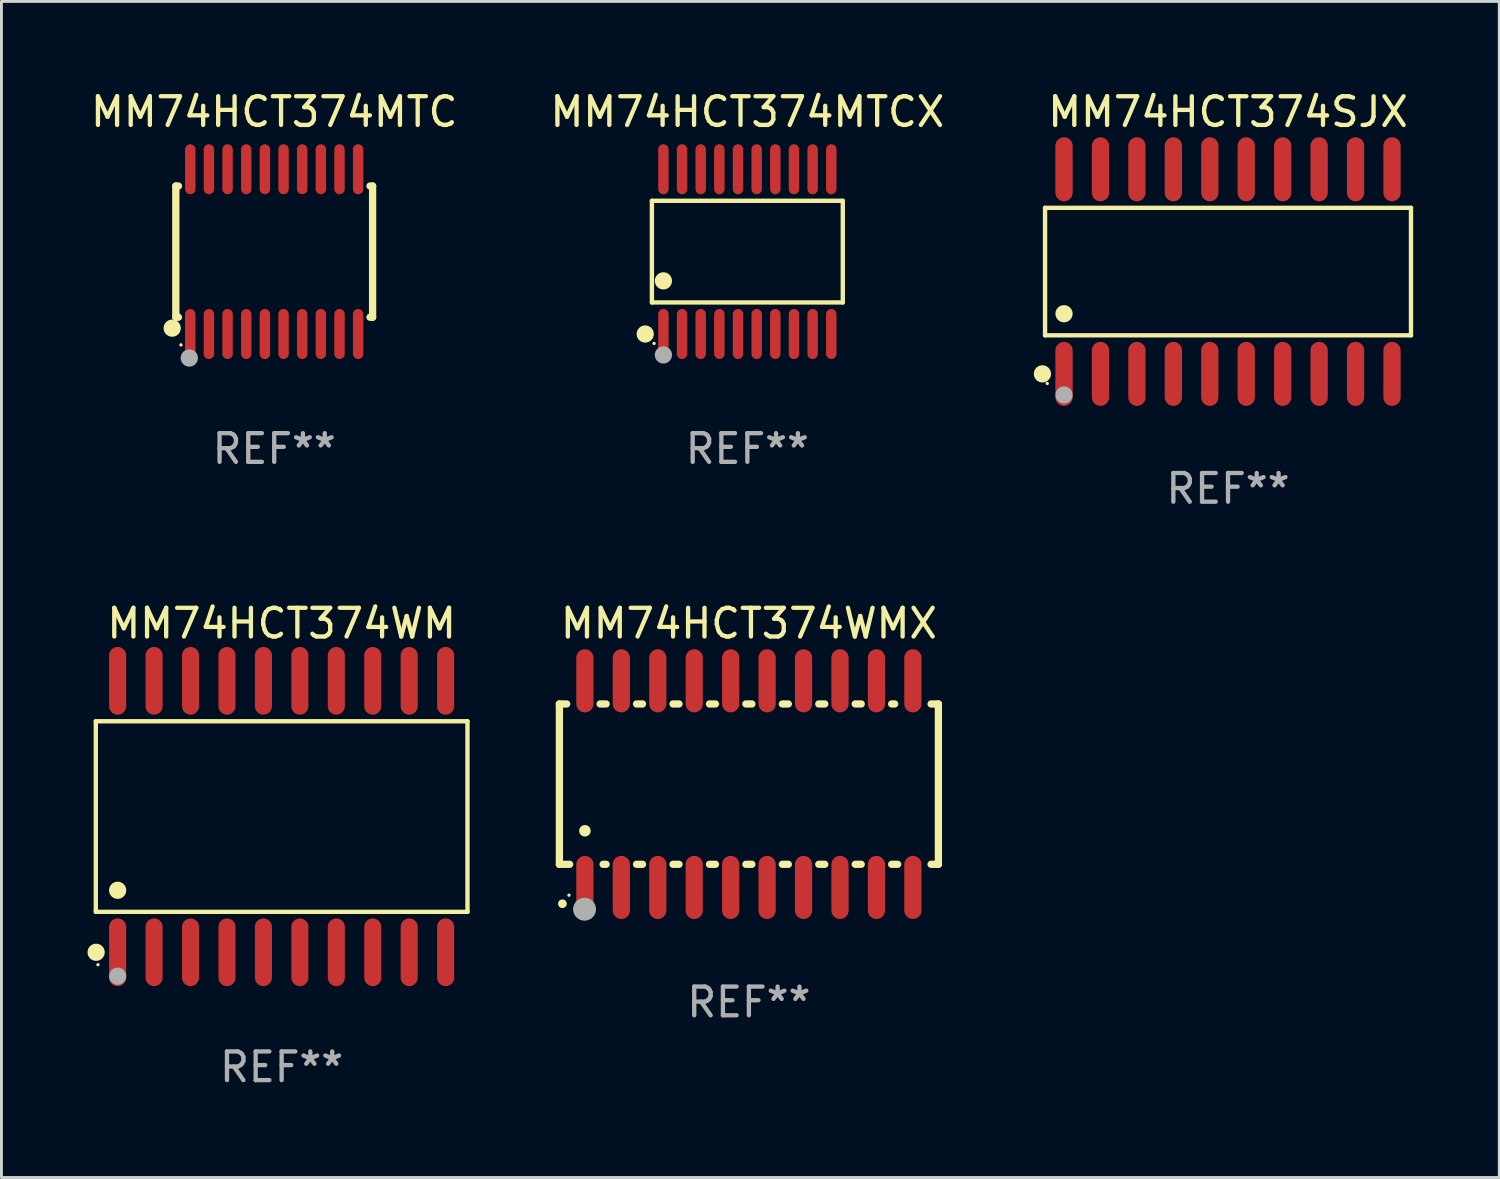
<source format=kicad_pcb>
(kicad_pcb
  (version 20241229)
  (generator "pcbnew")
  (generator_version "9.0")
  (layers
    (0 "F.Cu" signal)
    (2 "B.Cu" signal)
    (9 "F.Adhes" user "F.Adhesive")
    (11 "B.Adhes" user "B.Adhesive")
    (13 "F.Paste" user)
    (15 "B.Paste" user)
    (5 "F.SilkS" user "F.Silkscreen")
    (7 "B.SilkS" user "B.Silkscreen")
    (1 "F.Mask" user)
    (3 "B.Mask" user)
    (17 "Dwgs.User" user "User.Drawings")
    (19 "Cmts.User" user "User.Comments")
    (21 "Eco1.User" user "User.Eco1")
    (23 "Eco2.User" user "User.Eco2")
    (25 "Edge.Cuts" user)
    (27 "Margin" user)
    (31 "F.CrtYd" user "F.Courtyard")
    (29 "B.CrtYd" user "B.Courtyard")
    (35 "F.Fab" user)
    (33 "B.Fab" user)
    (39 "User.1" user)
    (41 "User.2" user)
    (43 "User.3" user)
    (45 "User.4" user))
  (footprint "MM74HCT374WM"
    (layer "F.Cu")
    (at 6.765 25.406)
    (property "Reference" "MM74HCT374WM" (at 0 -6.73 0) (layer "F.SilkS") (effects (font (size 1 1) (thickness 0.15))))
    (attr through_hole)
    (fp_line (start -6.476 -3.321) (end 6.476 -3.321) (stroke (width 0.152) (type solid)) (layer "F.SilkS"))
    (fp_line (start -6.476 3.321) (end -6.476 -3.321) (stroke (width 0.152) (type solid)) (layer "F.SilkS"))
    (fp_line (start 6.476 -3.321) (end 6.476 3.321) (stroke (width 0.152) (type solid)) (layer "F.SilkS"))
    (fp_line (start 6.476 3.321) (end -6.476 3.321) (stroke (width 0.152) (type solid)) (layer "F.SilkS"))
    (fp_circle (center -6.465 4.73) (end -6.315 4.73) (stroke (width 0.3) (type solid)) (fill no) (layer "F.SilkS"))
    (fp_circle (center -6.4 5.163) (end -6.37 5.163) (stroke (width 0.06) (type solid)) (fill no) (layer "F.SilkS"))
    (fp_circle (center -5.715 2.569) (end -5.565 2.569) (stroke (width 0.3) (type solid)) (fill no) (layer "F.SilkS"))
    (fp_circle (center -5.715 5.563) (end -5.565 5.563) (stroke (width 0.3) (type solid)) (fill no) (layer "F.Fab"))
    (fp_text user "REF**" (at 0 8.73 0) (layer "F.Fab") (effects (font (size 1 1) (thickness 0.15))))
    (pad "1" smd oval (at -5.715 4.73) (size 0.595 2.36) (layers "F.Cu" "F.Mask" "F.Paste"))
    (pad "2" smd oval (at -4.445 4.73) (size 0.595 2.36) (layers "F.Cu" "F.Mask" "F.Paste"))
    (pad "3" smd oval (at -3.175 4.73) (size 0.595 2.36) (layers "F.Cu" "F.Mask" "F.Paste"))
    (pad "4" smd oval (at -1.905 4.73) (size 0.595 2.36) (layers "F.Cu" "F.Mask" "F.Paste"))
    (pad "5" smd oval (at -0.635 4.73) (size 0.595 2.36) (layers "F.Cu" "F.Mask" "F.Paste"))
    (pad "6" smd oval (at 0.635 4.73) (size 0.595 2.36) (layers "F.Cu" "F.Mask" "F.Paste"))
    (pad "7" smd oval (at 1.905 4.73) (size 0.595 2.36) (layers "F.Cu" "F.Mask" "F.Paste"))
    (pad "8" smd oval (at 3.175 4.73) (size 0.595 2.36) (layers "F.Cu" "F.Mask" "F.Paste"))
    (pad "9" smd oval (at 4.445 4.73) (size 0.595 2.36) (layers "F.Cu" "F.Mask" "F.Paste"))
    (pad "10" smd oval (at 5.715 4.73) (size 0.595 2.36) (layers "F.Cu" "F.Mask" "F.Paste"))
    (pad "11" smd oval (at 5.715 -4.73) (size 0.595 2.36) (layers "F.Cu" "F.Mask" "F.Paste"))
    (pad "12" smd oval (at 4.445 -4.73) (size 0.595 2.36) (layers "F.Cu" "F.Mask" "F.Paste"))
    (pad "13" smd oval (at 3.175 -4.73) (size 0.595 2.36) (layers "F.Cu" "F.Mask" "F.Paste"))
    (pad "14" smd oval (at 1.905 -4.73) (size 0.595 2.36) (layers "F.Cu" "F.Mask" "F.Paste"))
    (pad "15" smd oval (at 0.635 -4.73) (size 0.595 2.36) (layers "F.Cu" "F.Mask" "F.Paste"))
    (pad "16" smd oval (at -0.635 -4.73) (size 0.595 2.36) (layers "F.Cu" "F.Mask" "F.Paste"))
    (pad "17" smd oval (at -1.905 -4.73) (size 0.595 2.36) (layers "F.Cu" "F.Mask" "F.Paste"))
    (pad "18" smd oval (at -3.175 -4.73) (size 0.595 2.36) (layers "F.Cu" "F.Mask" "F.Paste"))
    (pad "19" smd oval (at -4.445 -4.73) (size 0.595 2.36) (layers "F.Cu" "F.Mask" "F.Paste"))
    (pad "20" smd oval (at -5.715 -4.73) (size 0.595 2.36) (layers "F.Cu" "F.Mask" "F.Paste")))
  (footprint "MM74HCT374SJX"
    (layer "F.Cu")
    (at 39.745 6.414)
    (property "Reference" "MM74HCT374SJX" (at 0 -5.565 0) (layer "F.SilkS") (effects (font (size 1 1) (thickness 0.15))))
    (attr through_hole)
    (fp_line (start -6.376 -2.221) (end 6.376 -2.221) (stroke (width 0.152) (type solid)) (layer "F.SilkS"))
    (fp_line (start -6.376 2.221) (end -6.376 -2.221) (stroke (width 0.152) (type solid)) (layer "F.SilkS"))
    (fp_line (start 6.376 -2.221) (end 6.376 2.221) (stroke (width 0.152) (type solid)) (layer "F.SilkS"))
    (fp_line (start 6.376 2.221) (end -6.376 2.221) (stroke (width 0.152) (type solid)) (layer "F.SilkS"))
    (fp_circle (center -6.468 3.565) (end -6.318 3.565) (stroke (width 0.3) (type solid)) (fill no) (layer "F.SilkS"))
    (fp_circle (center -6.3 3.9) (end -6.27 3.9) (stroke (width 0.06) (type solid)) (fill no) (layer "F.SilkS"))
    (fp_circle (center -5.715 1.469) (end -5.565 1.469) (stroke (width 0.3) (type solid)) (fill no) (layer "F.SilkS"))
    (fp_circle (center -5.715 4.3) (end -5.565 4.3) (stroke (width 0.3) (type solid)) (fill no) (layer "F.Fab"))
    (fp_text user "REF**" (at 0 7.565 0) (layer "F.Fab") (effects (font (size 1 1) (thickness 0.15))))
    (pad "1" smd oval (at -5.715 3.565) (size 0.602 2.231) (layers "F.Cu" "F.Mask" "F.Paste"))
    (pad "2" smd oval (at -4.445 3.565) (size 0.602 2.231) (layers "F.Cu" "F.Mask" "F.Paste"))
    (pad "3" smd oval (at -3.175 3.565) (size 0.602 2.231) (layers "F.Cu" "F.Mask" "F.Paste"))
    (pad "4" smd oval (at -1.905 3.565) (size 0.602 2.231) (layers "F.Cu" "F.Mask" "F.Paste"))
    (pad "5" smd oval (at -0.635 3.565) (size 0.602 2.231) (layers "F.Cu" "F.Mask" "F.Paste"))
    (pad "6" smd oval (at 0.635 3.565) (size 0.602 2.231) (layers "F.Cu" "F.Mask" "F.Paste"))
    (pad "7" smd oval (at 1.905 3.565) (size 0.602 2.231) (layers "F.Cu" "F.Mask" "F.Paste"))
    (pad "8" smd oval (at 3.175 3.565) (size 0.602 2.231) (layers "F.Cu" "F.Mask" "F.Paste"))
    (pad "9" smd oval (at 4.445 3.565) (size 0.602 2.231) (layers "F.Cu" "F.Mask" "F.Paste"))
    (pad "10" smd oval (at 5.715 3.565) (size 0.602 2.231) (layers "F.Cu" "F.Mask" "F.Paste"))
    (pad "11" smd oval (at 5.715 -3.565) (size 0.602 2.231) (layers "F.Cu" "F.Mask" "F.Paste"))
    (pad "12" smd oval (at 4.445 -3.565) (size 0.602 2.231) (layers "F.Cu" "F.Mask" "F.Paste"))
    (pad "13" smd oval (at 3.175 -3.565) (size 0.602 2.231) (layers "F.Cu" "F.Mask" "F.Paste"))
    (pad "14" smd oval (at 1.905 -3.565) (size 0.602 2.231) (layers "F.Cu" "F.Mask" "F.Paste"))
    (pad "15" smd oval (at 0.635 -3.565) (size 0.602 2.231) (layers "F.Cu" "F.Mask" "F.Paste"))
    (pad "16" smd oval (at -0.635 -3.565) (size 0.602 2.231) (layers "F.Cu" "F.Mask" "F.Paste"))
    (pad "17" smd oval (at -1.905 -3.565) (size 0.602 2.231) (layers "F.Cu" "F.Mask" "F.Paste"))
    (pad "18" smd oval (at -3.175 -3.565) (size 0.602 2.231) (layers "F.Cu" "F.Mask" "F.Paste"))
    (pad "19" smd oval (at -4.445 -3.565) (size 0.602 2.231) (layers "F.Cu" "F.Mask" "F.Paste"))
    (pad "20" smd oval (at -5.715 -3.565) (size 0.602 2.231) (layers "F.Cu" "F.Mask" "F.Paste")))
  (footprint "MM74HCT374MTC"
    (layer "F.Cu")
    (at 6.506 5.719)
    (property "Reference" "MM74HCT374MTC" (at 0 -4.871 0) (layer "F.SilkS") (effects (font (size 1 1) (thickness 0.15))))
    (attr through_hole)
    (fp_line (start -3.429 -2.286) (end -3.429 2.286) (stroke (width 0.254) (type solid)) (layer "F.SilkS"))
    (fp_line (start -3.429 2.286) (end -3.338 2.286) (stroke (width 0.254) (type solid)) (layer "F.SilkS"))
    (fp_line (start -3.338 -2.286) (end -3.429 -2.286) (stroke (width 0.254) (type solid)) (layer "F.SilkS"))
    (fp_line (start 3.338 -2.286) (end 3.429 -2.286) (stroke (width 0.254) (type solid)) (layer "F.SilkS"))
    (fp_line (start 3.429 -2.286) (end 3.429 2.286) (stroke (width 0.254) (type solid)) (layer "F.SilkS"))
    (fp_line (start 3.429 2.286) (end 3.338 2.286) (stroke (width 0.254) (type solid)) (layer "F.SilkS"))
    (fp_circle (center -3.556 2.667) (end -3.406 2.667) (stroke (width 0.3) (type solid)) (fill no) (layer "F.SilkS"))
    (fp_circle (center -3.25 3.25) (end -3.22 3.25) (stroke (width 0.06) (type solid)) (fill no) (layer "F.SilkS"))
    (fp_circle (center -2.959 3.707) (end -2.808 3.707) (stroke (width 0.3) (type solid)) (fill no) (layer "F.Fab"))
    (fp_text user "REF**" (at 0 6.871 0) (layer "F.Fab") (effects (font (size 1 1) (thickness 0.15))))
    (pad "1" smd oval (at -2.925 2.871) (size 0.364 1.742) (layers "F.Cu" "F.Mask" "F.Paste"))
    (pad "2" smd oval (at -2.275 2.871) (size 0.364 1.742) (layers "F.Cu" "F.Mask" "F.Paste"))
    (pad "3" smd oval (at -1.625 2.871) (size 0.364 1.742) (layers "F.Cu" "F.Mask" "F.Paste"))
    (pad "4" smd oval (at -0.975 2.871) (size 0.364 1.742) (layers "F.Cu" "F.Mask" "F.Paste"))
    (pad "5" smd oval (at -0.325 2.871) (size 0.364 1.742) (layers "F.Cu" "F.Mask" "F.Paste"))
    (pad "6" smd oval (at 0.325 2.871) (size 0.364 1.742) (layers "F.Cu" "F.Mask" "F.Paste"))
    (pad "7" smd oval (at 0.975 2.871) (size 0.364 1.742) (layers "F.Cu" "F.Mask" "F.Paste"))
    (pad "8" smd oval (at 1.625 2.871) (size 0.364 1.742) (layers "F.Cu" "F.Mask" "F.Paste"))
    (pad "9" smd oval (at 2.275 2.871) (size 0.364 1.742) (layers "F.Cu" "F.Mask" "F.Paste"))
    (pad "10" smd oval (at 2.925 2.871) (size 0.364 1.742) (layers "F.Cu" "F.Mask" "F.Paste"))
    (pad "11" smd oval (at 2.925 -2.871) (size 0.364 1.742) (layers "F.Cu" "F.Mask" "F.Paste"))
    (pad "12" smd oval (at 2.275 -2.871) (size 0.364 1.742) (layers "F.Cu" "F.Mask" "F.Paste"))
    (pad "13" smd oval (at 1.625 -2.871) (size 0.364 1.742) (layers "F.Cu" "F.Mask" "F.Paste"))
    (pad "14" smd oval (at 0.975 -2.871) (size 0.364 1.742) (layers "F.Cu" "F.Mask" "F.Paste"))
    (pad "15" smd oval (at 0.325 -2.871) (size 0.364 1.742) (layers "F.Cu" "F.Mask" "F.Paste"))
    (pad "16" smd oval (at -0.325 -2.871) (size 0.364 1.742) (layers "F.Cu" "F.Mask" "F.Paste"))
    (pad "17" smd oval (at -0.975 -2.871) (size 0.364 1.742) (layers "F.Cu" "F.Mask" "F.Paste"))
    (pad "18" smd oval (at -1.625 -2.871) (size 0.364 1.742) (layers "F.Cu" "F.Mask" "F.Paste"))
    (pad "19" smd oval (at -2.275 -2.871) (size 0.364 1.742) (layers "F.Cu" "F.Mask" "F.Paste"))
    (pad "20" smd oval (at -2.925 -2.871) (size 0.364 1.742) (layers "F.Cu" "F.Mask" "F.Paste")))
  (footprint "MM74HCT374MTCX"
    (layer "F.Cu")
    (at 22.994 5.719)
    (property "Reference" "MM74HCT374MTCX" (at 0 -4.871 0) (layer "F.SilkS") (effects (font (size 1 1) (thickness 0.15))))
    (attr through_hole)
    (fp_line (start -3.326 -1.771) (end 3.326 -1.771) (stroke (width 0.152) (type solid)) (layer "F.SilkS"))
    (fp_line (start -3.326 1.771) (end -3.326 -1.771) (stroke (width 0.152) (type solid)) (layer "F.SilkS"))
    (fp_line (start 3.326 -1.771) (end 3.326 1.771) (stroke (width 0.152) (type solid)) (layer "F.SilkS"))
    (fp_line (start 3.326 1.771) (end -3.326 1.771) (stroke (width 0.152) (type solid)) (layer "F.SilkS"))
    (fp_circle (center -3.559 2.871) (end -3.409 2.871) (stroke (width 0.3) (type solid)) (fill no) (layer "F.SilkS"))
    (fp_circle (center -3.25 3.2) (end -3.22 3.2) (stroke (width 0.06) (type solid)) (fill no) (layer "F.SilkS"))
    (fp_circle (center -2.925 1.019) (end -2.775 1.019) (stroke (width 0.3) (type solid)) (fill no) (layer "F.SilkS"))
    (fp_circle (center -2.925 3.6) (end -2.775 3.6) (stroke (width 0.3) (type solid)) (fill no) (layer "F.Fab"))
    (fp_text user "REF**" (at 0 6.871 0) (layer "F.Fab") (effects (font (size 1 1) (thickness 0.15))))
    (pad "1" smd oval (at -2.925 2.871) (size 0.364 1.742) (layers "F.Cu" "F.Mask" "F.Paste"))
    (pad "2" smd oval (at -2.275 2.871) (size 0.364 1.742) (layers "F.Cu" "F.Mask" "F.Paste"))
    (pad "3" smd oval (at -1.625 2.871) (size 0.364 1.742) (layers "F.Cu" "F.Mask" "F.Paste"))
    (pad "4" smd oval (at -0.975 2.871) (size 0.364 1.742) (layers "F.Cu" "F.Mask" "F.Paste"))
    (pad "5" smd oval (at -0.325 2.871) (size 0.364 1.742) (layers "F.Cu" "F.Mask" "F.Paste"))
    (pad "6" smd oval (at 0.325 2.871) (size 0.364 1.742) (layers "F.Cu" "F.Mask" "F.Paste"))
    (pad "7" smd oval (at 0.975 2.871) (size 0.364 1.742) (layers "F.Cu" "F.Mask" "F.Paste"))
    (pad "8" smd oval (at 1.625 2.871) (size 0.364 1.742) (layers "F.Cu" "F.Mask" "F.Paste"))
    (pad "9" smd oval (at 2.275 2.871) (size 0.364 1.742) (layers "F.Cu" "F.Mask" "F.Paste"))
    (pad "10" smd oval (at 2.925 2.871) (size 0.364 1.742) (layers "F.Cu" "F.Mask" "F.Paste"))
    (pad "11" smd oval (at 2.925 -2.871) (size 0.364 1.742) (layers "F.Cu" "F.Mask" "F.Paste"))
    (pad "12" smd oval (at 2.275 -2.871) (size 0.364 1.742) (layers "F.Cu" "F.Mask" "F.Paste"))
    (pad "13" smd oval (at 1.625 -2.871) (size 0.364 1.742) (layers "F.Cu" "F.Mask" "F.Paste"))
    (pad "14" smd oval (at 0.975 -2.871) (size 0.364 1.742) (layers "F.Cu" "F.Mask" "F.Paste"))
    (pad "15" smd oval (at 0.325 -2.871) (size 0.364 1.742) (layers "F.Cu" "F.Mask" "F.Paste"))
    (pad "16" smd oval (at -0.325 -2.871) (size 0.364 1.742) (layers "F.Cu" "F.Mask" "F.Paste"))
    (pad "17" smd oval (at -0.975 -2.871) (size 0.364 1.742) (layers "F.Cu" "F.Mask" "F.Paste"))
    (pad "18" smd oval (at -1.625 -2.871) (size 0.364 1.742) (layers "F.Cu" "F.Mask" "F.Paste"))
    (pad "19" smd oval (at -2.275 -2.871) (size 0.364 1.742) (layers "F.Cu" "F.Mask" "F.Paste"))
    (pad "20" smd oval (at -2.925 -2.871) (size 0.364 1.742) (layers "F.Cu" "F.Mask" "F.Paste")))
  (footprint "MM74HCT374WMX"
    (layer "F.Cu")
    (at 23.048 24.276)
    (property "Reference" "MM74HCT374WMX" (at 0 -5.6 0) (layer "F.SilkS") (effects (font (size 1 1) (thickness 0.15))))
    (attr through_hole)
    (fp_line (start -6.604 -2.794) (end -6.604 2.794) (stroke (width 0.254) (type solid)) (layer "F.SilkS"))
    (fp_line (start -6.604 2.794) (end -6.246 2.794) (stroke (width 0.254) (type solid)) (layer "F.SilkS"))
    (fp_line (start -6.35 -2.794) (end -6.604 -2.794) (stroke (width 0.254) (type solid)) (layer "F.SilkS"))
    (fp_line (start -5.184 -2.794) (end -4.976 -2.794) (stroke (width 0.254) (type solid)) (layer "F.SilkS"))
    (fp_line (start -5.08 2.794) (end -4.976 2.794) (stroke (width 0.254) (type solid)) (layer "F.SilkS"))
    (fp_line (start -3.914 -2.794) (end -3.706 -2.794) (stroke (width 0.254) (type solid)) (layer "F.SilkS"))
    (fp_line (start -3.914 2.794) (end -3.706 2.794) (stroke (width 0.254) (type solid)) (layer "F.SilkS"))
    (fp_line (start -2.644 -2.794) (end -2.436 -2.794) (stroke (width 0.254) (type solid)) (layer "F.SilkS"))
    (fp_line (start -2.644 2.794) (end -2.436 2.794) (stroke (width 0.254) (type solid)) (layer "F.SilkS"))
    (fp_line (start -1.374 -2.794) (end -1.166 -2.794) (stroke (width 0.254) (type solid)) (layer "F.SilkS"))
    (fp_line (start -1.374 2.794) (end -1.166 2.794) (stroke (width 0.254) (type solid)) (layer "F.SilkS"))
    (fp_line (start -0.104 -2.794) (end 0.104 -2.794) (stroke (width 0.254) (type solid)) (layer "F.SilkS"))
    (fp_line (start -0.104 2.794) (end 0.104 2.794) (stroke (width 0.254) (type solid)) (layer "F.SilkS"))
    (fp_line (start 1.166 -2.794) (end 1.374 -2.794) (stroke (width 0.254) (type solid)) (layer "F.SilkS"))
    (fp_line (start 1.166 2.794) (end 1.374 2.794) (stroke (width 0.254) (type solid)) (layer "F.SilkS"))
    (fp_line (start 2.436 -2.794) (end 2.644 -2.794) (stroke (width 0.254) (type solid)) (layer "F.SilkS"))
    (fp_line (start 2.436 2.794) (end 2.644 2.794) (stroke (width 0.254) (type solid)) (layer "F.SilkS"))
    (fp_line (start 3.706 -2.794) (end 3.914 -2.794) (stroke (width 0.254) (type solid)) (layer "F.SilkS"))
    (fp_line (start 3.706 2.794) (end 3.914 2.794) (stroke (width 0.254) (type solid)) (layer "F.SilkS"))
    (fp_line (start 4.976 -2.794) (end 5.08 -2.794) (stroke (width 0.254) (type solid)) (layer "F.SilkS"))
    (fp_line (start 4.976 2.794) (end 5.184 2.794) (stroke (width 0.254) (type solid)) (layer "F.SilkS"))
    (fp_line (start 6.35 -2.794) (end 6.604 -2.794) (stroke (width 0.254) (type solid)) (layer "F.SilkS"))
    (fp_line (start 6.604 -2.794) (end 6.604 2.794) (stroke (width 0.254) (type solid)) (layer "F.SilkS"))
    (fp_line (start 6.604 2.794) (end 6.35 2.794) (stroke (width 0.254) (type solid)) (layer "F.SilkS"))
    (fp_arc (start -6.499619 4.167793) (mid -6.498349 4.167788) (end -6.497079 4.167793) (stroke (width 0.3) (type solid)) (layer "F.SilkS"))
    (fp_arc (start -5.715011 1.625603) (mid -5.713741 1.625599) (end -5.712471 1.625603) (stroke (width 0.4) (type solid)) (layer "F.SilkS"))
    (fp_circle (center -6.27 3.87) (end -6.24 3.87) (stroke (width 0.06) (type solid)) (fill no) (layer "F.SilkS"))
    (fp_circle (center -5.727 4.359) (end -5.527 4.359) (stroke (width 0.4) (type solid)) (fill no) (layer "F.Fab"))
    (fp_text user "REF**" (at 0 7.6 0) (layer "F.Fab") (effects (font (size 1 1) (thickness 0.15))))
    (pad "1" smd oval (at -5.715 3.6) (size 0.6 2.2) (layers "F.Cu" "F.Mask" "F.Paste"))
    (pad "2" smd oval (at -4.445 3.6) (size 0.6 2.2) (layers "F.Cu" "F.Mask" "F.Paste"))
    (pad "3" smd oval (at -3.175 3.6) (size 0.6 2.2) (layers "F.Cu" "F.Mask" "F.Paste"))
    (pad "4" smd oval (at -1.905 3.6) (size 0.6 2.2) (layers "F.Cu" "F.Mask" "F.Paste"))
    (pad "5" smd oval (at -0.635 3.6) (size 0.6 2.2) (layers "F.Cu" "F.Mask" "F.Paste"))
    (pad "6" smd oval (at 0.635 3.6) (size 0.6 2.2) (layers "F.Cu" "F.Mask" "F.Paste"))
    (pad "7" smd oval (at 1.905 3.6) (size 0.6 2.2) (layers "F.Cu" "F.Mask" "F.Paste"))
    (pad "8" smd oval (at 3.175 3.6) (size 0.6 2.2) (layers "F.Cu" "F.Mask" "F.Paste"))
    (pad "9" smd oval (at 4.445 3.6) (size 0.6 2.2) (layers "F.Cu" "F.Mask" "F.Paste"))
    (pad "10" smd oval (at 5.715 3.6) (size 0.6 2.2) (layers "F.Cu" "F.Mask" "F.Paste"))
    (pad "11" smd oval (at 5.715 -3.6 180) (size 0.6 2.2) (layers "F.Cu" "F.Mask" "F.Paste"))
    (pad "12" smd oval (at 4.445 -3.6 180) (size 0.6 2.2) (layers "F.Cu" "F.Mask" "F.Paste"))
    (pad "13" smd oval (at 3.175 -3.6 180) (size 0.6 2.2) (layers "F.Cu" "F.Mask" "F.Paste"))
    (pad "14" smd oval (at 1.905 -3.6 180) (size 0.6 2.2) (layers "F.Cu" "F.Mask" "F.Paste"))
    (pad "15" smd oval (at 0.635 -3.6 180) (size 0.6 2.2) (layers "F.Cu" "F.Mask" "F.Paste"))
    (pad "16" smd oval (at -0.635 -3.6 180) (size 0.6 2.2) (layers "F.Cu" "F.Mask" "F.Paste"))
    (pad "17" smd oval (at -1.905 -3.6 180) (size 0.6 2.2) (layers "F.Cu" "F.Mask" "F.Paste"))
    (pad "18" smd oval (at -3.175 -3.6 180) (size 0.6 2.2) (layers "F.Cu" "F.Mask" "F.Paste"))
    (pad "19" smd oval (at -4.445 -3.6 180) (size 0.6 2.2) (layers "F.Cu" "F.Mask" "F.Paste"))
    (pad "20" smd oval (at -5.715 -3.6 180) (size 0.6 2.2) (layers "F.Cu" "F.Mask" "F.Paste")))
  (gr_rect
    (start -3 -3)
    (end 49.197 37.984)
    (stroke (width 0.1) (type default))
    (fill no)
    (layer "Edge.Cuts")))
</source>
